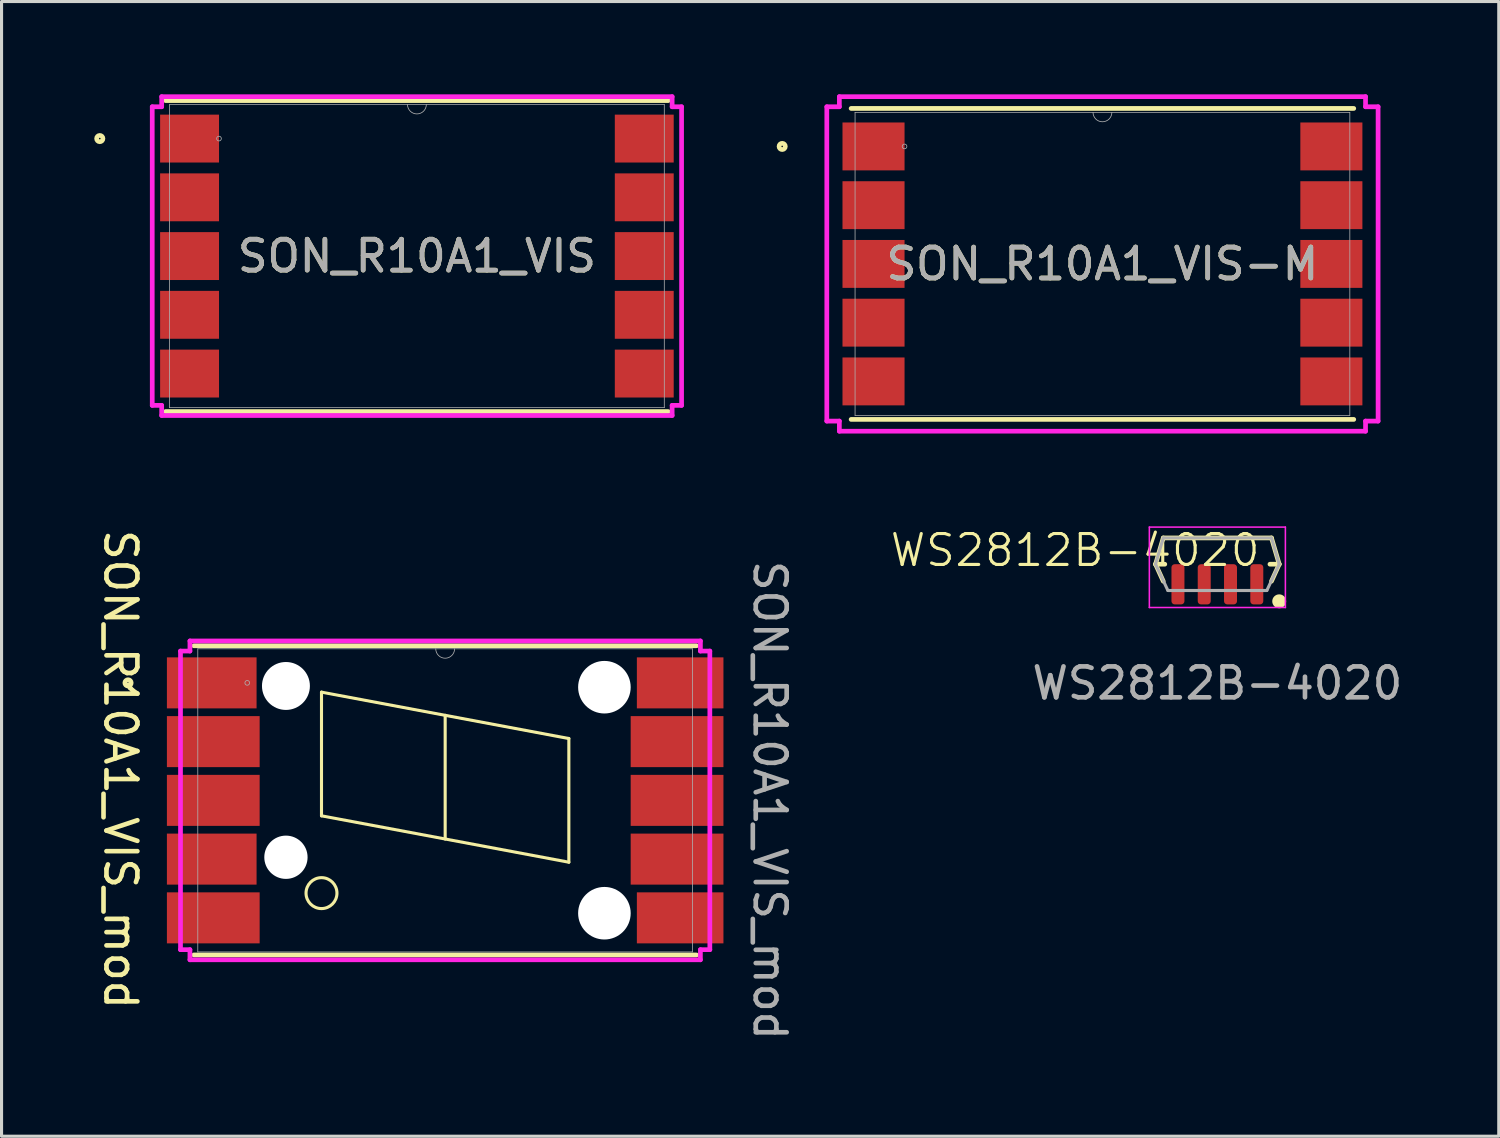
<source format=kicad_pcb>
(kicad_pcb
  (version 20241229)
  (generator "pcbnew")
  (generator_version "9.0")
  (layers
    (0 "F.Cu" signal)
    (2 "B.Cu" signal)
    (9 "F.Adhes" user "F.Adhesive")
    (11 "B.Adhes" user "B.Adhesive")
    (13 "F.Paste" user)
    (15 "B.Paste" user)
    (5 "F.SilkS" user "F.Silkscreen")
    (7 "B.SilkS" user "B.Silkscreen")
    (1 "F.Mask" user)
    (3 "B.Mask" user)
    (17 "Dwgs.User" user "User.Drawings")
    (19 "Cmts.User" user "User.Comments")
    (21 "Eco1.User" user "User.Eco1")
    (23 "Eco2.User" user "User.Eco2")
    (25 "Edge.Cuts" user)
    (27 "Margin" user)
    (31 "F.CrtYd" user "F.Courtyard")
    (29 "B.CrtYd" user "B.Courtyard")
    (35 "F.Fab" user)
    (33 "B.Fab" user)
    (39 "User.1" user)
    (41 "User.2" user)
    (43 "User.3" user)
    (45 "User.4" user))
  (footprint "WS2812B-4020"
    (layer "F.Cu")
    (at 36.323 15.198)
    (property "Reference" "WS2812B-4020" (at -4.6 -0.45 0) (unlocked yes) (layer "F.SilkS") (effects (font (size 1 1) (thickness 0.1))))
    (attr smd)
    (fp_line (start -2 0) (end -1.75 -0.85) (stroke (width 0.15) (type default)) (layer "F.SilkS"))
    (fp_line (start -2 0) (end -1.7 0) (stroke (width 0.15) (type default)) (layer "F.SilkS"))
    (fp_line (start -1.75 -0.85) (end 1.75 -0.85) (stroke (width 0.15) (type default)) (layer "F.SilkS"))
    (fp_line (start -1.75 0.55) (end -2 0) (stroke (width 0.15) (type default)) (layer "F.SilkS"))
    (fp_line (start 1.7 0) (end 2 0) (stroke (width 0.15) (type default)) (layer "F.SilkS"))
    (fp_line (start 1.75 -0.85) (end 2 0) (stroke (width 0.15) (type default)) (layer "F.SilkS"))
    (fp_line (start 1.75 0.55) (end 2 0) (stroke (width 0.15) (type default)) (layer "F.SilkS"))
    (fp_circle (center 2 1.2) (end 2.15 1.2) (stroke (width 0.15) (type solid)) (fill yes) (layer "F.SilkS"))
    (fp_line (start -2.2 -1.2) (end -2.2 1.4) (stroke (width 0.05) (type default)) (layer "F.CrtYd"))
    (fp_line (start -2.2 1.4) (end 2.2 1.4) (stroke (width 0.05) (type default)) (layer "F.CrtYd"))
    (fp_line (start 2.2 -1.2) (end -2.2 -1.2) (stroke (width 0.05) (type default)) (layer "F.CrtYd"))
    (fp_line (start 2.2 1.4) (end 2.2 -1.2) (stroke (width 0.05) (type default)) (layer "F.CrtYd"))
    (fp_line (start -2 0) (end -1.75 -0.85) (stroke (width 0.1) (type default)) (layer "F.Fab"))
    (fp_line (start -1.75 -0.85) (end 1.75 -0.85) (stroke (width 0.1) (type default)) (layer "F.Fab"))
    (fp_line (start -1.6 0.85) (end -2 0) (stroke (width 0.1) (type default)) (layer "F.Fab"))
    (fp_line (start 1.6 0.85) (end -1.6 0.85) (stroke (width 0.1) (type default)) (layer "F.Fab"))
    (fp_line (start 1.6 0.85) (end 2 0) (stroke (width 0.1) (type default)) (layer "F.Fab"))
    (fp_line (start 1.75 -0.85) (end 2 0) (stroke (width 0.1) (type default)) (layer "F.Fab"))
    (fp_text user "${REFERENCE}" (at 0 3.85 0) (unlocked yes) (layer "F.Fab") (effects (font (size 1 1) (thickness 0.15))))
    (pad "1" smd roundrect (at -1.275 0.65) (size 0.42 1.3) (layers "F.Cu" "F.Mask" "F.Paste") (roundrect_rratio 0.25))
    (pad "2" smd roundrect (at 1.275 0.65) (size 0.42 1.3) (layers "F.Cu" "F.Mask" "F.Paste") (roundrect_rratio 0.25))
    (pad "3" smd roundrect (at 0.425 0.65) (size 0.42 1.3) (layers "F.Cu" "F.Mask" "F.Paste") (roundrect_rratio 0.25))
    (pad "4" smd roundrect (at -0.425 0.65) (size 0.42 1.3) (layers "F.Cu" "F.Mask" "F.Paste") (roundrect_rratio 0.25)))
  (footprint "SON_R10A1_VIS-M"
    (layer "F.Cu")
    (at 32.606 5.486)
    (property "Reference" "SON_R10A1_VIS-M" (at 0 0 0) (unlocked yes) (layer "F.SilkS") (effects (font (size 1 1) (thickness 0.15))))
    (attr smd)
    (fp_line (start -8.128 5.029) (end 8.128 5.029) (stroke (width 0.152) (type solid)) (layer "F.SilkS"))
    (fp_line (start 8.128 -5.029) (end -8.128 -5.029) (stroke (width 0.152) (type solid)) (layer "F.SilkS"))
    (fp_circle (center -10.358 -3.8) (end -10.257 -3.8) (stroke (width 0.152) (type solid)) (fill no) (layer "F.SilkS"))
    (fp_line (start -8.915 -5.083) (end -8.509 -5.083) (stroke (width 0.152) (type solid)) (layer "F.CrtYd"))
    (fp_line (start -8.915 5.083) (end -8.915 -5.083) (stroke (width 0.152) (type solid)) (layer "F.CrtYd"))
    (fp_line (start -8.915 5.083) (end -8.509 5.083) (stroke (width 0.152) (type solid)) (layer "F.CrtYd"))
    (fp_line (start -8.509 -5.41) (end 8.509 -5.41) (stroke (width 0.152) (type solid)) (layer "F.CrtYd"))
    (fp_line (start -8.509 -5.083) (end -8.509 -5.41) (stroke (width 0.152) (type solid)) (layer "F.CrtYd"))
    (fp_line (start -8.509 5.41) (end -8.509 5.083) (stroke (width 0.152) (type solid)) (layer "F.CrtYd"))
    (fp_line (start 8.509 -5.41) (end 8.509 -5.083) (stroke (width 0.152) (type solid)) (layer "F.CrtYd"))
    (fp_line (start 8.509 5.083) (end 8.509 5.41) (stroke (width 0.152) (type solid)) (layer "F.CrtYd"))
    (fp_line (start 8.509 5.41) (end -8.509 5.41) (stroke (width 0.152) (type solid)) (layer "F.CrtYd"))
    (fp_line (start 8.915 -5.083) (end 8.509 -5.083) (stroke (width 0.152) (type solid)) (layer "F.CrtYd"))
    (fp_line (start 8.915 -5.083) (end 8.915 5.083) (stroke (width 0.152) (type solid)) (layer "F.CrtYd"))
    (fp_line (start 8.915 5.083) (end 8.509 5.083) (stroke (width 0.152) (type solid)) (layer "F.CrtYd"))
    (fp_line (start -8.001 -4.902) (end -8.001 4.902) (stroke (width 0.025) (type solid)) (layer "F.Fab"))
    (fp_line (start -8.001 4.902) (end 8.001 4.902) (stroke (width 0.025) (type solid)) (layer "F.Fab"))
    (fp_line (start 8.001 -4.902) (end -8.001 -4.902) (stroke (width 0.025) (type solid)) (layer "F.Fab"))
    (fp_line (start 8.001 4.902) (end 8.001 -4.902) (stroke (width 0.025) (type solid)) (layer "F.Fab"))
    (fp_arc (start 0.3048 -4.9022) (mid 0 -4.5974) (end -0.3048 -4.9022) (stroke (width 0.0254) (type solid)) (layer "F.Fab"))
    (fp_circle (center -6.401 -3.8) (end -6.325 -3.8) (stroke (width 0.025) (type solid)) (fill no) (layer "F.Fab"))
    (fp_text user "${REFERENCE}" (at 0 0 0) (unlocked yes) (layer "F.Fab") (effects (font (size 1 1) (thickness 0.15))))
    (pad "1" smd rect (at -7.404 -3.8) (size 2.007 1.549) (layers "F.Cu" "F.Mask" "F.Paste"))
    (pad "2" smd rect (at -7.404 -1.9) (size 2.007 1.549) (layers "F.Cu" "F.Mask" "F.Paste"))
    (pad "3" smd rect (at -7.404 0) (size 2.007 1.549) (layers "F.Cu" "F.Mask" "F.Paste"))
    (pad "4" smd rect (at -7.404 1.9) (size 2.007 1.549) (layers "F.Cu" "F.Mask" "F.Paste"))
    (pad "5" smd rect (at -7.404 3.8) (size 2.007 1.549) (layers "F.Cu" "F.Mask" "F.Paste"))
    (pad "6" smd rect (at 7.404 3.8) (size 2.007 1.549) (layers "F.Cu" "F.Mask" "F.Paste"))
    (pad "7" smd rect (at 7.404 1.9) (size 2.007 1.549) (layers "F.Cu" "F.Mask" "F.Paste"))
    (pad "8" smd rect (at 7.404 0) (size 2.007 1.549) (layers "F.Cu" "F.Mask" "F.Paste"))
    (pad "9" smd rect (at 7.404 -1.9) (size 2.007 1.549) (layers "F.Cu" "F.Mask" "F.Paste"))
    (pad "10" smd rect (at 7.404 -3.8) (size 2.007 1.549) (layers "F.Cu" "F.Mask" "F.Paste")))
  (footprint "SON_R10A1_VIS_mod"
    (layer "F.Cu")
    (at 11.348 22.836)
    (property "Reference" "SON_R10A1_VIS_mod" (at -10.5 -1 270) (unlocked yes) (layer "F.SilkS") (effects (font (size 1 1) (thickness 0.15))))
    (attr smd)
    (fp_line (start -8.128 5) (end 8.128 5) (stroke (width 0.152) (type solid)) (layer "F.SilkS"))
    (fp_line (start -4 -3.5) (end 4 -2) (stroke (width 0.1) (type default)) (layer "F.SilkS"))
    (fp_line (start -4 0.5) (end -4 -3.5) (stroke (width 0.1) (type default)) (layer "F.SilkS"))
    (fp_line (start 0 -2.75) (end 0 1.25) (stroke (width 0.1) (type default)) (layer "F.SilkS"))
    (fp_line (start 4 -2) (end 4 2) (stroke (width 0.1) (type default)) (layer "F.SilkS"))
    (fp_line (start 4 2) (end -4 0.5) (stroke (width 0.1) (type default)) (layer "F.SilkS"))
    (fp_line (start 8.128 -5) (end -8.128 -5) (stroke (width 0.152) (type solid)) (layer "F.SilkS"))
    (fp_circle (center -10.257 -3.8) (end -10.155 -3.8) (stroke (width 0.152) (type solid)) (fill no) (layer "F.SilkS"))
    (fp_circle (center -4 3) (end -4 3.5) (stroke (width 0.1) (type default)) (fill no) (layer "F.SilkS"))
    (fp_line (start -8.56 -4.829) (end -8.255 -4.829) (stroke (width 0.152) (type solid)) (layer "F.CrtYd"))
    (fp_line (start -8.56 4.829) (end -8.56 -4.829) (stroke (width 0.152) (type solid)) (layer "F.CrtYd"))
    (fp_line (start -8.56 4.829) (end -8.255 4.829) (stroke (width 0.152) (type solid)) (layer "F.CrtYd"))
    (fp_line (start -8.255 -5.156) (end 8.255 -5.156) (stroke (width 0.152) (type solid)) (layer "F.CrtYd"))
    (fp_line (start -8.255 -4.829) (end -8.255 -5.156) (stroke (width 0.152) (type solid)) (layer "F.CrtYd"))
    (fp_line (start -8.255 5.156) (end -8.255 4.829) (stroke (width 0.152) (type solid)) (layer "F.CrtYd"))
    (fp_line (start 8.255 -5.156) (end 8.255 -4.829) (stroke (width 0.152) (type solid)) (layer "F.CrtYd"))
    (fp_line (start 8.255 4.829) (end 8.255 5.156) (stroke (width 0.152) (type solid)) (layer "F.CrtYd"))
    (fp_line (start 8.255 5.156) (end -8.255 5.156) (stroke (width 0.152) (type solid)) (layer "F.CrtYd"))
    (fp_line (start 8.56 -4.829) (end 8.255 -4.829) (stroke (width 0.152) (type solid)) (layer "F.CrtYd"))
    (fp_line (start 8.56 -4.829) (end 8.56 4.829) (stroke (width 0.152) (type solid)) (layer "F.CrtYd"))
    (fp_line (start 8.56 4.829) (end 8.255 4.829) (stroke (width 0.152) (type solid)) (layer "F.CrtYd"))
    (fp_line (start -8.001 -4.902) (end -8.001 4.902) (stroke (width 0.025) (type solid)) (layer "F.Fab"))
    (fp_line (start -8.001 4.902) (end 8.001 4.902) (stroke (width 0.025) (type solid)) (layer "F.Fab"))
    (fp_line (start 8.001 -4.902) (end -8.001 -4.902) (stroke (width 0.025) (type solid)) (layer "F.Fab"))
    (fp_line (start 8.001 4.902) (end 8.001 -4.902) (stroke (width 0.025) (type solid)) (layer "F.Fab"))
    (fp_arc (start 0.3048 -4.9022) (mid 0 -4.5974) (end -0.3048 -4.9022) (stroke (width 0.0254) (type solid)) (layer "F.Fab"))
    (fp_circle (center -6.401 -3.8) (end -6.325 -3.8) (stroke (width 0.025) (type solid)) (fill no) (layer "F.Fab"))
    (fp_text user "${REFERENCE}" (at 10.5 0 270) (unlocked yes) (layer "F.Fab") (effects (font (size 1 1) (thickness 0.15))))
    (pad "" np_thru_hole circle (at -5.15 -3.7) (size 1.55 1.55) (drill 1.55) (layers "*.Cu" "*.Mask"))
    (pad "" np_thru_hole circle (at -5.15 1.84) (size 1.4 1.4) (drill 1.4) (layers "*.Cu" "*.Mask"))
    (pad "" np_thru_hole circle (at 5.15 -3.66) (size 1.7 1.7) (drill 1.7) (layers "*.Cu" "*.Mask"))
    (pad "" np_thru_hole circle (at 5.15 3.65) (size 1.7 1.7) (drill 1.7) (layers "*.Cu" "*.Mask"))
    (pad "1" smd rect (at -7.55 -3.8) (size 2.9 1.65) (layers "F.Cu" "F.Mask" "F.Paste"))
    (pad "2" smd rect (at -7.5 -1.9) (size 3 1.65) (layers "F.Cu" "F.Mask" "F.Paste"))
    (pad "3" smd rect (at -7.5 0) (size 3 1.65) (layers "F.Cu" "F.Mask" "F.Paste"))
    (pad "4" smd rect (at -7.55 1.9) (size 2.9 1.65) (layers "F.Cu" "F.Mask" "F.Paste"))
    (pad "5" smd rect (at -7.5 3.8) (size 3 1.65) (layers "F.Cu" "F.Mask" "F.Paste"))
    (pad "6" smd rect (at 7.6 3.8) (size 2.8 1.65) (layers "F.Cu" "F.Mask" "F.Paste"))
    (pad "7" smd rect (at 7.5 1.9) (size 3 1.65) (layers "F.Cu" "F.Mask" "F.Paste"))
    (pad "8" smd rect (at 7.5 0) (size 3 1.65) (layers "F.Cu" "F.Mask" "F.Paste"))
    (pad "9" smd rect (at 7.5 -1.9) (size 3 1.65) (layers "F.Cu" "F.Mask" "F.Paste"))
    (pad "10" smd rect (at 7.6 -3.8) (size 2.8 1.65) (layers "F.Cu" "F.Mask" "F.Paste")))
  (footprint "SON_R10A1_VIS"
    (layer "F.Cu")
    (at 10.434 5.232)
    (property "Reference" "SON_R10A1_VIS" (at 0 0 0) (unlocked yes) (layer "F.SilkS") (effects (font (size 1 1) (thickness 0.15))))
    (attr smd)
    (fp_line (start -8.128 5.029) (end 8.128 5.029) (stroke (width 0.152) (type solid)) (layer "F.SilkS"))
    (fp_line (start 8.128 -5.029) (end -8.128 -5.029) (stroke (width 0.152) (type solid)) (layer "F.SilkS"))
    (fp_circle (center -10.257 -3.8) (end -10.155 -3.8) (stroke (width 0.152) (type solid)) (fill no) (layer "F.SilkS"))
    (fp_line (start -8.56 -4.829) (end -8.255 -4.829) (stroke (width 0.152) (type solid)) (layer "F.CrtYd"))
    (fp_line (start -8.56 4.829) (end -8.56 -4.829) (stroke (width 0.152) (type solid)) (layer "F.CrtYd"))
    (fp_line (start -8.56 4.829) (end -8.255 4.829) (stroke (width 0.152) (type solid)) (layer "F.CrtYd"))
    (fp_line (start -8.255 -5.156) (end 8.255 -5.156) (stroke (width 0.152) (type solid)) (layer "F.CrtYd"))
    (fp_line (start -8.255 -4.829) (end -8.255 -5.156) (stroke (width 0.152) (type solid)) (layer "F.CrtYd"))
    (fp_line (start -8.255 5.156) (end -8.255 4.829) (stroke (width 0.152) (type solid)) (layer "F.CrtYd"))
    (fp_line (start 8.255 -5.156) (end 8.255 -4.829) (stroke (width 0.152) (type solid)) (layer "F.CrtYd"))
    (fp_line (start 8.255 4.829) (end 8.255 5.156) (stroke (width 0.152) (type solid)) (layer "F.CrtYd"))
    (fp_line (start 8.255 5.156) (end -8.255 5.156) (stroke (width 0.152) (type solid)) (layer "F.CrtYd"))
    (fp_line (start 8.56 -4.829) (end 8.255 -4.829) (stroke (width 0.152) (type solid)) (layer "F.CrtYd"))
    (fp_line (start 8.56 -4.829) (end 8.56 4.829) (stroke (width 0.152) (type solid)) (layer "F.CrtYd"))
    (fp_line (start 8.56 4.829) (end 8.255 4.829) (stroke (width 0.152) (type solid)) (layer "F.CrtYd"))
    (fp_line (start -8.001 -4.902) (end -8.001 4.902) (stroke (width 0.025) (type solid)) (layer "F.Fab"))
    (fp_line (start -8.001 4.902) (end 8.001 4.902) (stroke (width 0.025) (type solid)) (layer "F.Fab"))
    (fp_line (start 8.001 -4.902) (end -8.001 -4.902) (stroke (width 0.025) (type solid)) (layer "F.Fab"))
    (fp_line (start 8.001 4.902) (end 8.001 -4.902) (stroke (width 0.025) (type solid)) (layer "F.Fab"))
    (fp_arc (start 0.3048 -4.9022) (mid 0 -4.5974) (end -0.3048 -4.9022) (stroke (width 0.0254) (type solid)) (layer "F.Fab"))
    (fp_circle (center -6.401 -3.8) (end -6.325 -3.8) (stroke (width 0.025) (type solid)) (fill no) (layer "F.Fab"))
    (fp_text user "${REFERENCE}" (at 0 0 0) (unlocked yes) (layer "F.Fab") (effects (font (size 1 1) (thickness 0.15))))
    (pad "1" smd rect (at -7.353 -3.8) (size 1.905 1.549) (layers "F.Cu" "F.Mask" "F.Paste"))
    (pad "2" smd rect (at -7.353 -1.9) (size 1.905 1.549) (layers "F.Cu" "F.Mask" "F.Paste"))
    (pad "3" smd rect (at -7.353 0) (size 1.905 1.549) (layers "F.Cu" "F.Mask" "F.Paste"))
    (pad "4" smd rect (at -7.353 1.9) (size 1.905 1.549) (layers "F.Cu" "F.Mask" "F.Paste"))
    (pad "5" smd rect (at -7.353 3.8) (size 1.905 1.549) (layers "F.Cu" "F.Mask" "F.Paste"))
    (pad "6" smd rect (at 7.353 3.8) (size 1.905 1.549) (layers "F.Cu" "F.Mask" "F.Paste"))
    (pad "7" smd rect (at 7.353 1.9) (size 1.905 1.549) (layers "F.Cu" "F.Mask" "F.Paste"))
    (pad "8" smd rect (at 7.353 0) (size 1.905 1.549) (layers "F.Cu" "F.Mask" "F.Paste"))
    (pad "9" smd rect (at 7.353 -1.9) (size 1.905 1.549) (layers "F.Cu" "F.Mask" "F.Paste"))
    (pad "10" smd rect (at 7.353 -3.8) (size 1.905 1.549) (layers "F.Cu" "F.Mask" "F.Paste")))
  (gr_rect
    (start -3 -3)
    (end 45.424 33.699)
    (stroke (width 0.1) (type default))
    (fill no)
    (layer "Edge.Cuts")))
</source>
